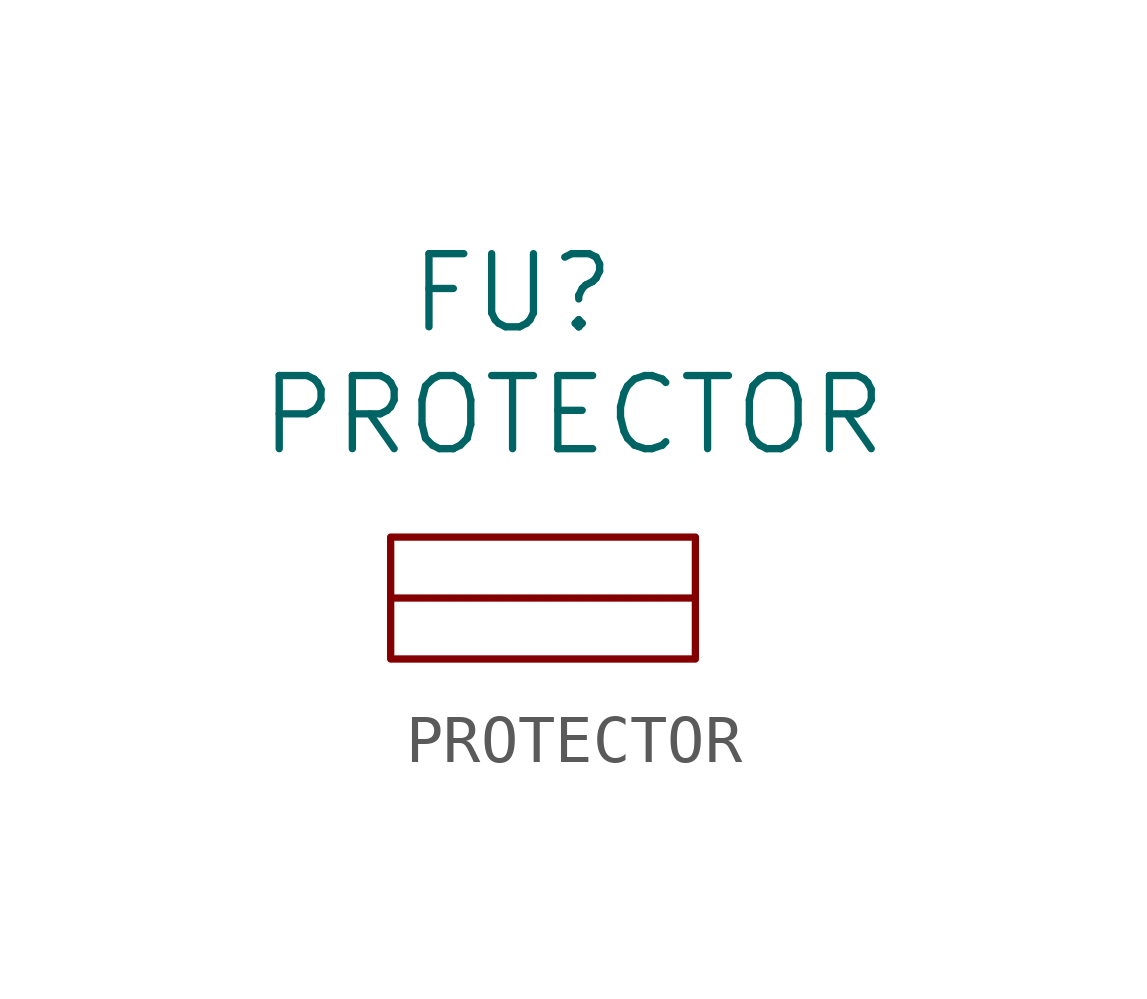
<source format=kicad_sym>
(kicad_symbol_lib
  (version 20211014)
  (generator kicad_symbol_editor)
  (symbol "PROTECTOR"
    (pin_numbers hide)
    (property "Reference" "FU"
      (at 2.54 6.35 0)
      (effects (font (size 1.524 1.524))))
    (property "Value" "PROTECTOR"
      (at 3.81 3.81 0)
      (effects (font (size 1.524 1.524))))
    (property "Footprint" ""
      (at 0 0 0)
      (effects (font (size 1.524 1.524))))
    (property "Datasheet" ""
      (at 0 0 0)
      (effects (font (size 1.524 1.524))))
    (symbol "PROTECTOR_0_1"
      (polyline (pts (xy 0 0) (xy 6.35 0)) (stroke (width 0) (type default) (color 0 0 0 0)) (fill (type none)))
      (rectangle (start 0 1.27) (end 6.35 -1.27) (stroke (width 0) (type default) (color 0 0 0 0)) (fill (type none))))
    (symbol "PROTECTOR_1_1"
      (pin passive line (at 0 0 0) (length 0) (name "~" (effects (font (size 1.27 1.27)))) (number "1" (effects (font (size 1.27 1.27)))))
      (pin passive line (at 6.35 0 180) (length 0) (name "~" (effects (font (size 1.27 1.27)))) (number "2" (effects (font (size 1.27 1.27))))))))
</source>
